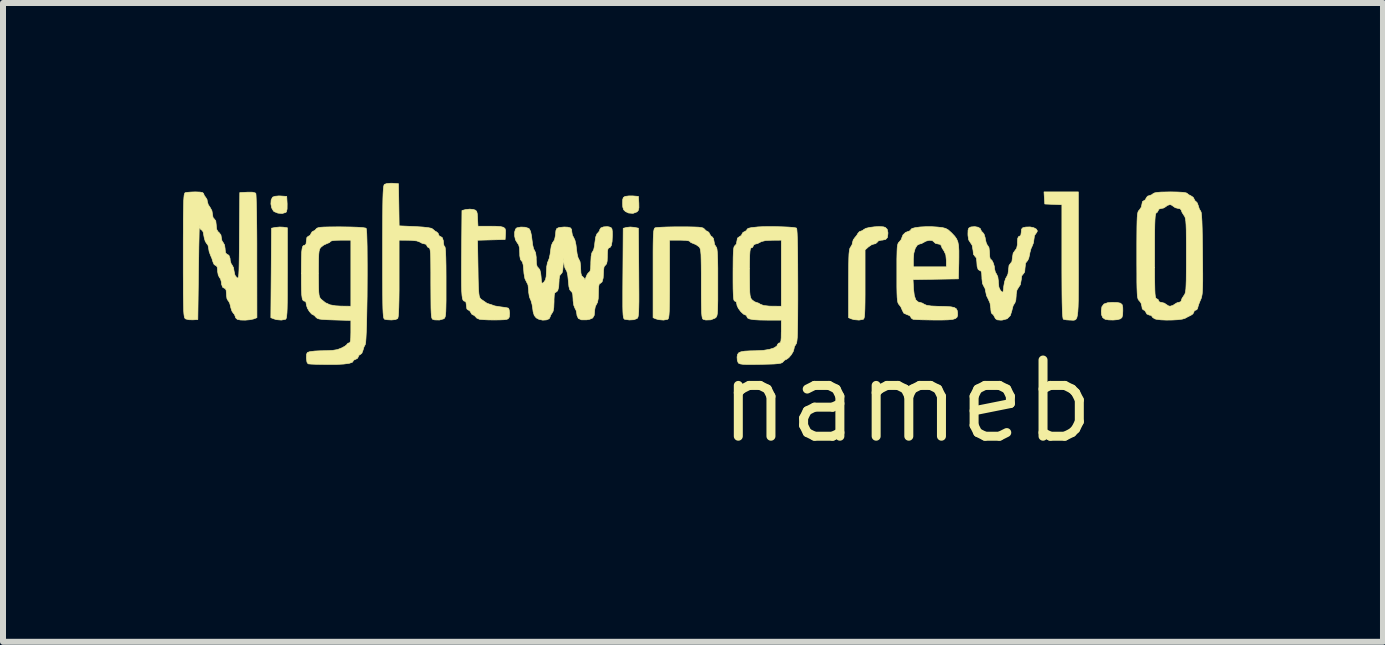
<source format=kicad_pcb>
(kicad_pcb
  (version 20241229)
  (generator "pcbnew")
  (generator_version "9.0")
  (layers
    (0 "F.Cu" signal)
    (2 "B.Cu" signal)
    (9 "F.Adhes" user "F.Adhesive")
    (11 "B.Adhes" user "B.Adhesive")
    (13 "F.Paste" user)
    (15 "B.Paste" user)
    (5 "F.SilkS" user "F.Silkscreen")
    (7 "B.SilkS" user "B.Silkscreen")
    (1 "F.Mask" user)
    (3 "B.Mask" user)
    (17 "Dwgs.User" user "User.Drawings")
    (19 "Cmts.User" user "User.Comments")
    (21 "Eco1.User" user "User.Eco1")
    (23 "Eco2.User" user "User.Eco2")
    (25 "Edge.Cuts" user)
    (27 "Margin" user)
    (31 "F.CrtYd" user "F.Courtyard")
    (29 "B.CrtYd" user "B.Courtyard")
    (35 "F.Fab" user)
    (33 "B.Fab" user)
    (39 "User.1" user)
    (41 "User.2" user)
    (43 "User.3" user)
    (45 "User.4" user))
  (footprint "nameb"
    (layer "F.Cu")
    (at 12.07 3.642)
    (property "Reference" "nameb" (at 0 0 0) (layer "F.SilkS") (effects (font (size 1.27 1.27) (thickness 0.15))))
    (attr through_hole)
    (fp_poly (pts (xy -10.442 -3.425) (xy -10.34 -3.418) (xy -10.333 -3.293) (xy -10.334 -3.208) (xy -10.345 -3.161) (xy -10.355 -3.151) (xy -10.415 -3.133) (xy -10.487 -3.139) (xy -10.549 -3.164) (xy -10.562 -3.175) (xy -10.591 -3.226) (xy -10.604 -3.292) (xy -10.6 -3.357) (xy -10.577 -3.404) (xy -10.574 -3.406) (xy -10.536 -3.42) (xy -10.473 -3.426) (xy -10.442 -3.425)) (stroke (width 0.01) (type solid)) (fill yes) (layer "F.SilkS"))
    (fp_poly (pts (xy -4.569 -3.426) (xy -4.559 -3.425) (xy -4.477 -3.418) (xy -4.47 -3.303) (xy -4.469 -3.229) (xy -4.479 -3.185) (xy -4.501 -3.16) (xy -4.567 -3.135) (xy -4.642 -3.141) (xy -4.694 -3.166) (xy -4.724 -3.196) (xy -4.738 -3.241) (xy -4.741 -3.303) (xy -4.739 -3.367) (xy -4.728 -3.4) (xy -4.703 -3.416) (xy -4.692 -3.419) (xy -4.637 -3.426) (xy -4.569 -3.426)) (stroke (width 0.01) (type solid)) (fill yes) (layer "F.SilkS"))
    (fp_poly (pts (xy -10.396 -2.905) (xy -10.329 -2.895) (xy -10.329 -2.138) (xy -10.33 -1.937) (xy -10.33 -1.774) (xy -10.331 -1.646) (xy -10.333 -1.548) (xy -10.336 -1.476) (xy -10.341 -1.426) (xy -10.346 -1.394) (xy -10.353 -1.376) (xy -10.362 -1.368) (xy -10.363 -1.368) (xy -10.431 -1.356) (xy -10.511 -1.363) (xy -10.557 -1.377) (xy -10.605 -1.396) (xy -10.599 -2.142) (xy -10.594 -2.888) (xy -10.528 -2.901) (xy -10.456 -2.908) (xy -10.396 -2.905)) (stroke (width 0.01) (type solid)) (fill yes) (layer "F.SilkS"))
    (fp_poly (pts (xy 3.506 -1.649) (xy 3.559 -1.638) (xy 3.587 -1.613) (xy 3.597 -1.566) (xy 3.598 -1.512) (xy 3.595 -1.441) (xy 3.583 -1.399) (xy 3.557 -1.377) (xy 3.557 -1.377) (xy 3.508 -1.363) (xy 3.436 -1.357) (xy 3.362 -1.359) (xy 3.305 -1.369) (xy 3.302 -1.37) (xy 3.263 -1.397) (xy 3.243 -1.445) (xy 3.239 -1.507) (xy 3.249 -1.579) (xy 3.283 -1.624) (xy 3.347 -1.646) (xy 3.418 -1.651) (xy 3.506 -1.649)) (stroke (width 0.01) (type solid)) (fill yes) (layer "F.SilkS"))
    (fp_poly (pts (xy -4.547 -2.902) (xy -4.477 -2.888) (xy -4.471 -2.148) (xy -4.47 -1.95) (xy -4.469 -1.79) (xy -4.469 -1.665) (xy -4.471 -1.569) (xy -4.473 -1.498) (xy -4.477 -1.448) (xy -4.482 -1.415) (xy -4.489 -1.395) (xy -4.498 -1.384) (xy -4.502 -1.381) (xy -4.555 -1.362) (xy -4.629 -1.358) (xy -4.705 -1.369) (xy -4.714 -1.374) (xy -4.722 -1.386) (xy -4.728 -1.408) (xy -4.733 -1.446) (xy -4.736 -1.502) (xy -4.738 -1.582) (xy -4.738 -1.689) (xy -4.738 -1.827) (xy -4.737 -2.002) (xy -4.736 -2.133) (xy -4.731 -2.886) (xy -4.674 -2.901) (xy -4.613 -2.908) (xy -4.547 -2.902)) (stroke (width 0.01) (type solid)) (fill yes) (layer "F.SilkS"))
    (fp_poly (pts (xy 2.857 -2.436) (xy 2.858 -2.194) (xy 2.858 -1.99) (xy 2.857 -1.823) (xy 2.856 -1.687) (xy 2.853 -1.58) (xy 2.848 -1.498) (xy 2.841 -1.439) (xy 2.832 -1.398) (xy 2.819 -1.373) (xy 2.802 -1.359) (xy 2.781 -1.354) (xy 2.756 -1.354) (xy 2.726 -1.356) (xy 2.713 -1.356) (xy 2.654 -1.36) (xy 2.612 -1.368) (xy 2.609 -1.369) (xy 2.602 -1.38) (xy 2.597 -1.411) (xy 2.592 -1.464) (xy 2.589 -1.543) (xy 2.586 -1.65) (xy 2.584 -1.788) (xy 2.583 -1.961) (xy 2.582 -2.171) (xy 2.582 -2.329) (xy 2.582 -3.279) (xy 2.439 -3.285) (xy 2.297 -3.291) (xy 2.29 -3.392) (xy 2.284 -3.493) (xy 2.857 -3.493) (xy 2.857 -2.436)) (stroke (width 0.01) (type solid)) (fill yes) (layer "F.SilkS"))
    (fp_poly (pts (xy -0.395 -2.911) (xy -0.362 -2.901) (xy -0.33 -2.87) (xy -0.318 -2.817) (xy -0.318 -2.796) (xy -0.326 -2.733) (xy -0.356 -2.7) (xy -0.416 -2.688) (xy -0.433 -2.688) (xy -0.477 -2.676) (xy -0.494 -2.656) (xy -0.523 -2.63) (xy -0.549 -2.625) (xy -0.592 -2.611) (xy -0.641 -2.577) (xy -0.644 -2.575) (xy -0.699 -2.525) (xy -0.699 -1.952) (xy -0.699 -1.78) (xy -0.7 -1.645) (xy -0.702 -1.544) (xy -0.705 -1.47) (xy -0.709 -1.42) (xy -0.715 -1.39) (xy -0.724 -1.373) (xy -0.732 -1.368) (xy -0.8 -1.356) (xy -0.88 -1.363) (xy -0.926 -1.376) (xy -0.974 -1.396) (xy -0.974 -1.966) (xy -0.973 -2.141) (xy -0.972 -2.278) (xy -0.97 -2.383) (xy -0.967 -2.459) (xy -0.961 -2.511) (xy -0.955 -2.545) (xy -0.946 -2.564) (xy -0.942 -2.569) (xy -0.915 -2.615) (xy -0.91 -2.644) (xy -0.896 -2.693) (xy -0.872 -2.727) (xy -0.836 -2.771) (xy -0.819 -2.801) (xy -0.793 -2.831) (xy -0.776 -2.836) (xy -0.738 -2.851) (xy -0.721 -2.866) (xy -0.685 -2.886) (xy -0.621 -2.901) (xy -0.541 -2.911) (xy -0.462 -2.915) (xy -0.395 -2.911)) (stroke (width 0.01) (type solid)) (fill yes) (layer "F.SilkS"))
    (fp_poly (pts (xy -7.229 -3.2) (xy -7.194 -3.188) (xy -7.174 -3.169) (xy -7.164 -3.131) (xy -7.159 -3.064) (xy -7.159 -3.052) (xy -7.152 -2.921) (xy -6.968 -2.921) (xy -6.854 -2.92) (xy -6.776 -2.915) (xy -6.727 -2.903) (xy -6.701 -2.882) (xy -6.692 -2.849) (xy -6.693 -2.8) (xy -6.693 -2.797) (xy -6.699 -2.699) (xy -6.929 -2.693) (xy -7.159 -2.687) (xy -7.151 -2.216) (xy -7.149 -2.063) (xy -7.146 -1.946) (xy -7.142 -1.86) (xy -7.137 -1.8) (xy -7.131 -1.759) (xy -7.122 -1.732) (xy -7.11 -1.714) (xy -7.1 -1.704) (xy -7.001 -1.636) (xy -6.871 -1.592) (xy -6.786 -1.578) (xy -6.716 -1.569) (xy -6.664 -1.56) (xy -6.643 -1.554) (xy -6.632 -1.527) (xy -6.625 -1.476) (xy -6.625 -1.462) (xy -6.63 -1.406) (xy -6.649 -1.378) (xy -6.673 -1.368) (xy -6.717 -1.362) (xy -6.791 -1.359) (xy -6.881 -1.358) (xy -6.974 -1.359) (xy -7.058 -1.363) (xy -7.119 -1.368) (xy -7.129 -1.37) (xy -7.172 -1.389) (xy -7.19 -1.409) (xy -7.216 -1.436) (xy -7.229 -1.439) (xy -7.258 -1.457) (xy -7.271 -1.482) (xy -7.294 -1.516) (xy -7.315 -1.524) (xy -7.337 -1.542) (xy -7.345 -1.598) (xy -7.352 -1.654) (xy -7.375 -1.672) (xy -7.376 -1.672) (xy -7.39 -1.676) (xy -7.402 -1.691) (xy -7.411 -1.719) (xy -7.418 -1.766) (xy -7.423 -1.835) (xy -7.426 -1.929) (xy -7.427 -2.053) (xy -7.427 -2.209) (xy -7.426 -2.403) (xy -7.425 -2.496) (xy -7.419 -3.183) (xy -7.356 -3.199) (xy -7.288 -3.206) (xy -7.229 -3.2)) (stroke (width 0.01) (type solid)) (fill yes) (layer "F.SilkS"))
    (fp_poly (pts (xy -3.645 -2.91) (xy -3.544 -2.908) (xy -3.474 -2.905) (xy -3.427 -2.899) (xy -3.399 -2.891) (xy -3.382 -2.879) (xy -3.377 -2.873) (xy -3.346 -2.843) (xy -3.328 -2.836) (xy -3.303 -2.819) (xy -3.292 -2.796) (xy -3.267 -2.756) (xy -3.248 -2.744) (xy -3.226 -2.716) (xy -3.217 -2.67) (xy -3.207 -2.616) (xy -3.186 -2.582) (xy -3.176 -2.569) (xy -3.168 -2.543) (xy -3.163 -2.499) (xy -3.159 -2.434) (xy -3.156 -2.343) (xy -3.154 -2.22) (xy -3.154 -2.062) (xy -3.154 -1.988) (xy -3.154 -1.819) (xy -3.154 -1.686) (xy -3.156 -1.587) (xy -3.158 -1.514) (xy -3.162 -1.464) (xy -3.168 -1.431) (xy -3.177 -1.41) (xy -3.188 -1.397) (xy -3.201 -1.388) (xy -3.271 -1.36) (xy -3.354 -1.357) (xy -3.396 -1.368) (xy -3.406 -1.376) (xy -3.413 -1.394) (xy -3.419 -1.428) (xy -3.424 -1.481) (xy -3.426 -1.559) (xy -3.428 -1.666) (xy -3.429 -1.807) (xy -3.429 -1.96) (xy -3.429 -2.133) (xy -3.43 -2.268) (xy -3.432 -2.371) (xy -3.434 -2.447) (xy -3.439 -2.5) (xy -3.445 -2.536) (xy -3.453 -2.559) (xy -3.464 -2.575) (xy -3.468 -2.579) (xy -3.52 -2.615) (xy -3.564 -2.633) (xy -3.605 -2.65) (xy -3.619 -2.667) (xy -3.639 -2.677) (xy -3.692 -2.685) (xy -3.77 -2.688) (xy -3.789 -2.688) (xy -3.958 -2.688) (xy -3.958 -2.034) (xy -3.958 -1.849) (xy -3.959 -1.701) (xy -3.961 -1.587) (xy -3.963 -1.503) (xy -3.967 -1.443) (xy -3.972 -1.404) (xy -3.979 -1.381) (xy -3.988 -1.37) (xy -3.992 -1.368) (xy -4.059 -1.356) (xy -4.139 -1.363) (xy -4.186 -1.376) (xy -4.233 -1.396) (xy -4.233 -2.138) (xy -4.233 -2.335) (xy -4.233 -2.495) (xy -4.232 -2.62) (xy -4.23 -2.716) (xy -4.227 -2.786) (xy -4.223 -2.834) (xy -4.217 -2.865) (xy -4.21 -2.884) (xy -4.201 -2.893) (xy -4.196 -2.895) (xy -4.164 -2.9) (xy -4.097 -2.904) (xy -4.002 -2.908) (xy -3.889 -2.91) (xy -3.782 -2.91) (xy -3.645 -2.91)) (stroke (width 0.01) (type solid)) (fill yes) (layer "F.SilkS"))
    (fp_poly (pts (xy -8.579 -3.637) (xy -8.477 -3.63) (xy -8.471 -3.279) (xy -8.466 -2.927) (xy -8.197 -2.915) (xy -8.069 -2.907) (xy -7.981 -2.897) (xy -7.927 -2.886) (xy -7.906 -2.873) (xy -7.868 -2.84) (xy -7.848 -2.83) (xy -7.816 -2.803) (xy -7.811 -2.784) (xy -7.795 -2.756) (xy -7.781 -2.752) (xy -7.748 -2.732) (xy -7.729 -2.678) (xy -7.726 -2.634) (xy -7.718 -2.595) (xy -7.705 -2.582) (xy -7.698 -2.561) (xy -7.692 -2.5) (xy -7.688 -2.399) (xy -7.685 -2.26) (xy -7.684 -2.086) (xy -7.684 -1.99) (xy -7.684 -1.816) (xy -7.684 -1.68) (xy -7.686 -1.576) (xy -7.688 -1.501) (xy -7.692 -1.448) (xy -7.698 -1.414) (xy -7.706 -1.394) (xy -7.716 -1.382) (xy -7.724 -1.377) (xy -7.794 -1.357) (xy -7.873 -1.359) (xy -7.904 -1.368) (xy -7.914 -1.375) (xy -7.922 -1.394) (xy -7.928 -1.427) (xy -7.932 -1.48) (xy -7.935 -1.558) (xy -7.936 -1.664) (xy -7.937 -1.803) (xy -7.938 -1.971) (xy -7.938 -2.146) (xy -7.939 -2.284) (xy -7.94 -2.388) (xy -7.943 -2.463) (xy -7.948 -2.514) (xy -7.954 -2.544) (xy -7.961 -2.558) (xy -7.969 -2.561) (xy -7.997 -2.578) (xy -8.001 -2.593) (xy -8.018 -2.619) (xy -8.039 -2.625) (xy -8.086 -2.637) (xy -8.119 -2.656) (xy -8.173 -2.676) (xy -8.267 -2.686) (xy -8.313 -2.687) (xy -8.467 -2.688) (xy -8.467 -2.047) (xy -8.467 -1.848) (xy -8.469 -1.689) (xy -8.472 -1.567) (xy -8.476 -1.477) (xy -8.481 -1.418) (xy -8.488 -1.386) (xy -8.492 -1.38) (xy -8.531 -1.364) (xy -8.594 -1.358) (xy -8.666 -1.362) (xy -8.705 -1.369) (xy -8.713 -1.374) (xy -8.72 -1.384) (xy -8.726 -1.404) (xy -8.73 -1.436) (xy -8.734 -1.485) (xy -8.737 -1.554) (xy -8.739 -1.646) (xy -8.74 -1.764) (xy -8.741 -1.912) (xy -8.742 -2.093) (xy -8.742 -2.311) (xy -8.742 -2.486) (xy -8.742 -2.736) (xy -8.741 -2.947) (xy -8.74 -3.122) (xy -8.739 -3.265) (xy -8.737 -3.378) (xy -8.734 -3.465) (xy -8.73 -3.529) (xy -8.726 -3.573) (xy -8.72 -3.601) (xy -8.714 -3.616) (xy -8.712 -3.618) (xy -8.673 -3.632) (xy -8.61 -3.637) (xy -8.579 -3.637)) (stroke (width 0.01) (type solid)) (fill yes) (layer "F.SilkS"))
    (fp_poly (pts (xy 0.416 -2.913) (xy 0.51 -2.907) (xy 0.591 -2.898) (xy 0.645 -2.884) (xy 0.689 -2.859) (xy 0.738 -2.815) (xy 0.752 -2.801) (xy 0.796 -2.754) (xy 0.827 -2.71) (xy 0.848 -2.66) (xy 0.86 -2.598) (xy 0.865 -2.514) (xy 0.865 -2.4) (xy 0.864 -2.307) (xy 0.857 -2.043) (xy 0.479 -2.037) (xy 0.101 -2.031) (xy 0.109 -1.876) (xy 0.122 -1.766) (xy 0.147 -1.693) (xy 0.187 -1.657) (xy 0.217 -1.651) (xy 0.256 -1.639) (xy 0.287 -1.62) (xy 0.329 -1.602) (xy 0.404 -1.591) (xy 0.515 -1.586) (xy 0.529 -1.586) (xy 0.649 -1.583) (xy 0.734 -1.577) (xy 0.789 -1.565) (xy 0.821 -1.546) (xy 0.837 -1.516) (xy 0.843 -1.482) (xy 0.844 -1.437) (xy 0.834 -1.404) (xy 0.808 -1.382) (xy 0.76 -1.367) (xy 0.684 -1.36) (xy 0.577 -1.357) (xy 0.456 -1.357) (xy 0.342 -1.359) (xy 0.24 -1.361) (xy 0.161 -1.364) (xy 0.111 -1.368) (xy 0.101 -1.369) (xy 0.069 -1.391) (xy 0.064 -1.406) (xy 0.045 -1.43) (xy 0.001 -1.447) (xy 0.001 -1.447) (xy -0.053 -1.471) (xy -0.077 -1.516) (xy -0.102 -1.575) (xy -0.13 -1.612) (xy -0.143 -1.627) (xy -0.152 -1.649) (xy -0.159 -1.683) (xy -0.164 -1.734) (xy -0.167 -1.808) (xy -0.169 -1.911) (xy -0.169 -2.047) (xy -0.169 -2.138) (xy -0.169 -2.294) (xy -0.169 -2.373) (xy 0.106 -2.373) (xy 0.106 -2.244) (xy 0.656 -2.244) (xy 0.656 -2.351) (xy 0.647 -2.444) (xy 0.617 -2.509) (xy 0.614 -2.513) (xy 0.584 -2.559) (xy 0.572 -2.595) (xy 0.572 -2.596) (xy 0.553 -2.618) (xy 0.518 -2.625) (xy 0.473 -2.636) (xy 0.452 -2.656) (xy 0.423 -2.681) (xy 0.372 -2.686) (xy 0.316 -2.672) (xy 0.287 -2.656) (xy 0.241 -2.631) (xy 0.212 -2.625) (xy 0.171 -2.605) (xy 0.137 -2.551) (xy 0.114 -2.471) (xy 0.106 -2.373) (xy -0.169 -2.373) (xy -0.168 -2.414) (xy -0.166 -2.502) (xy -0.163 -2.564) (xy -0.157 -2.606) (xy -0.149 -2.633) (xy -0.139 -2.65) (xy -0.127 -2.661) (xy -0.095 -2.701) (xy -0.085 -2.732) (xy -0.067 -2.776) (xy -0.026 -2.816) (xy 0.023 -2.836) (xy 0.028 -2.836) (xy 0.058 -2.85) (xy 0.064 -2.865) (xy 0.083 -2.883) (xy 0.137 -2.897) (xy 0.216 -2.908) (xy 0.312 -2.913) (xy 0.416 -2.913)) (stroke (width 0.01) (type solid)) (fill yes) (layer "F.SilkS"))
    (fp_poly (pts (xy 1.185 -2.904) (xy 1.221 -2.883) (xy 1.228 -2.867) (xy 1.244 -2.833) (xy 1.261 -2.82) (xy 1.285 -2.788) (xy 1.303 -2.73) (xy 1.306 -2.708) (xy 1.32 -2.647) (xy 1.339 -2.605) (xy 1.347 -2.597) (xy 1.367 -2.564) (xy 1.375 -2.496) (xy 1.376 -2.475) (xy 1.379 -2.415) (xy 1.387 -2.378) (xy 1.394 -2.371) (xy 1.416 -2.352) (xy 1.439 -2.307) (xy 1.456 -2.251) (xy 1.46 -2.209) (xy 1.473 -2.155) (xy 1.492 -2.124) (xy 1.514 -2.078) (xy 1.524 -2.003) (xy 1.524 -1.988) (xy 1.532 -1.905) (xy 1.557 -1.852) (xy 1.564 -1.844) (xy 1.587 -1.823) (xy 1.6 -1.825) (xy 1.607 -1.855) (xy 1.613 -1.918) (xy 1.626 -1.993) (xy 1.646 -2.053) (xy 1.658 -2.07) (xy 1.683 -2.123) (xy 1.693 -2.197) (xy 1.693 -2.198) (xy 1.701 -2.268) (xy 1.725 -2.3) (xy 1.749 -2.331) (xy 1.757 -2.394) (xy 1.77 -2.472) (xy 1.799 -2.513) (xy 1.828 -2.553) (xy 1.841 -2.616) (xy 1.841 -2.651) (xy 1.845 -2.715) (xy 1.858 -2.746) (xy 1.873 -2.752) (xy 1.897 -2.768) (xy 1.905 -2.821) (xy 1.905 -2.823) (xy 1.909 -2.871) (xy 1.93 -2.895) (xy 1.981 -2.907) (xy 2.052 -2.909) (xy 2.113 -2.896) (xy 2.156 -2.873) (xy 2.174 -2.842) (xy 2.159 -2.81) (xy 2.152 -2.804) (xy 2.125 -2.763) (xy 2.117 -2.706) (xy 2.108 -2.643) (xy 2.088 -2.593) (xy 2.088 -2.592) (xy 2.067 -2.546) (xy 2.049 -2.479) (xy 2.044 -2.449) (xy 2.029 -2.385) (xy 2.009 -2.344) (xy 1.999 -2.335) (xy 1.977 -2.305) (xy 1.969 -2.235) (xy 1.968 -2.23) (xy 1.962 -2.159) (xy 1.94 -2.126) (xy 1.937 -2.124) (xy 1.913 -2.093) (xy 1.905 -2.03) (xy 1.89 -1.946) (xy 1.863 -1.905) (xy 1.833 -1.857) (xy 1.821 -1.786) (xy 1.82 -1.759) (xy 1.814 -1.687) (xy 1.798 -1.64) (xy 1.791 -1.632) (xy 1.77 -1.597) (xy 1.754 -1.539) (xy 1.75 -1.519) (xy 1.723 -1.432) (xy 1.67 -1.378) (xy 1.588 -1.356) (xy 1.563 -1.355) (xy 1.506 -1.36) (xy 1.475 -1.379) (xy 1.46 -1.408) (xy 1.438 -1.447) (xy 1.419 -1.46) (xy 1.405 -1.479) (xy 1.398 -1.527) (xy 1.397 -1.55) (xy 1.384 -1.639) (xy 1.355 -1.704) (xy 1.325 -1.765) (xy 1.313 -1.825) (xy 1.312 -1.827) (xy 1.301 -1.883) (xy 1.281 -1.919) (xy 1.258 -1.966) (xy 1.249 -2.048) (xy 1.249 -2.065) (xy 1.245 -2.137) (xy 1.234 -2.173) (xy 1.219 -2.18) (xy 1.187 -2.198) (xy 1.169 -2.251) (xy 1.164 -2.328) (xy 1.156 -2.392) (xy 1.132 -2.421) (xy 1.108 -2.452) (xy 1.101 -2.518) (xy 1.086 -2.604) (xy 1.058 -2.646) (xy 1.028 -2.693) (xy 1.017 -2.764) (xy 1.016 -2.792) (xy 1.018 -2.855) (xy 1.029 -2.888) (xy 1.054 -2.904) (xy 1.069 -2.909) (xy 1.13 -2.914) (xy 1.185 -2.904)) (stroke (width 0.01) (type solid)) (fill yes) (layer "F.SilkS"))
    (fp_poly (pts (xy -2.192 -2.914) (xy -2.082 -2.911) (xy -1.983 -2.907) (xy -1.903 -2.901) (xy -1.853 -2.893) (xy -1.841 -2.889) (xy -1.836 -2.865) (xy -1.831 -2.8) (xy -1.827 -2.695) (xy -1.824 -2.554) (xy -1.822 -2.377) (xy -1.821 -2.165) (xy -1.82 -1.928) (xy -1.82 -1.699) (xy -1.821 -1.509) (xy -1.822 -1.354) (xy -1.824 -1.231) (xy -1.826 -1.135) (xy -1.829 -1.064) (xy -1.834 -1.014) (xy -1.839 -0.981) (xy -1.846 -0.961) (xy -1.852 -0.953) (xy -1.877 -0.912) (xy -1.884 -0.874) (xy -1.897 -0.831) (xy -1.929 -0.778) (xy -1.969 -0.731) (xy -2.007 -0.702) (xy -2.019 -0.699) (xy -2.045 -0.683) (xy -2.065 -0.661) (xy -2.08 -0.647) (xy -2.106 -0.637) (xy -2.148 -0.63) (xy -2.215 -0.624) (xy -2.31 -0.621) (xy -2.439 -0.618) (xy -2.572 -0.616) (xy -2.669 -0.616) (xy -2.736 -0.619) (xy -2.778 -0.625) (xy -2.803 -0.635) (xy -2.813 -0.643) (xy -2.829 -0.685) (xy -2.833 -0.743) (xy -2.832 -0.744) (xy -2.825 -0.783) (xy -2.806 -0.81) (xy -2.769 -0.827) (xy -2.708 -0.838) (xy -2.616 -0.843) (xy -2.52 -0.845) (xy -2.397 -0.851) (xy -2.293 -0.868) (xy -2.215 -0.893) (xy -2.169 -0.924) (xy -2.16 -0.947) (xy -2.142 -0.971) (xy -2.127 -0.974) (xy -2.112 -0.981) (xy -2.102 -1.008) (xy -2.097 -1.062) (xy -2.096 -1.15) (xy -2.095 -1.164) (xy -2.095 -1.355) (xy -2.315 -1.355) (xy -2.455 -1.357) (xy -2.557 -1.363) (xy -2.624 -1.375) (xy -2.659 -1.392) (xy -2.667 -1.41) (xy -2.68 -1.437) (xy -2.69 -1.439) (xy -2.727 -1.456) (xy -2.771 -1.498) (xy -2.811 -1.551) (xy -2.834 -1.601) (xy -2.836 -1.618) (xy -2.847 -1.661) (xy -2.868 -1.672) (xy -2.879 -1.677) (xy -2.887 -1.696) (xy -2.892 -1.732) (xy -2.896 -1.793) (xy -2.899 -1.881) (xy -2.9 -2.003) (xy -2.9 -2.128) (xy -2.9 -2.148) (xy -2.625 -2.148) (xy -2.624 -2.006) (xy -2.623 -1.899) (xy -2.621 -1.822) (xy -2.616 -1.77) (xy -2.608 -1.735) (xy -2.598 -1.712) (xy -2.584 -1.695) (xy -2.582 -1.693) (xy -2.542 -1.662) (xy -2.512 -1.651) (xy -2.475 -1.639) (xy -2.444 -1.62) (xy -2.389 -1.599) (xy -2.296 -1.589) (xy -2.249 -1.588) (xy -2.095 -1.587) (xy -2.095 -2.688) (xy -2.249 -2.687) (xy -2.357 -2.682) (xy -2.427 -2.665) (xy -2.444 -2.656) (xy -2.492 -2.631) (xy -2.523 -2.625) (xy -2.555 -2.61) (xy -2.561 -2.593) (xy -2.578 -2.565) (xy -2.593 -2.561) (xy -2.604 -2.556) (xy -2.612 -2.537) (xy -2.618 -2.499) (xy -2.622 -2.436) (xy -2.624 -2.344) (xy -2.625 -2.217) (xy -2.625 -2.148) (xy -2.9 -2.148) (xy -2.899 -2.281) (xy -2.898 -2.397) (xy -2.895 -2.481) (xy -2.891 -2.538) (xy -2.884 -2.573) (xy -2.876 -2.591) (xy -2.868 -2.596) (xy -2.844 -2.625) (xy -2.836 -2.671) (xy -2.826 -2.723) (xy -2.794 -2.746) (xy -2.76 -2.768) (xy -2.752 -2.788) (xy -2.734 -2.818) (xy -2.709 -2.83) (xy -2.675 -2.85) (xy -2.667 -2.868) (xy -2.649 -2.885) (xy -2.592 -2.898) (xy -2.495 -2.908) (xy -2.492 -2.909) (xy -2.406 -2.913) (xy -2.303 -2.915) (xy -2.192 -2.914)) (stroke (width 0.01) (type solid)) (fill yes) (layer "F.SilkS"))
    (fp_poly (pts (xy -9.432 -2.91) (xy -9.28 -2.908) (xy -9.16 -2.904) (xy -9.074 -2.898) (xy -9.025 -2.89) (xy -9.016 -2.886) (xy -9.011 -2.86) (xy -9.006 -2.797) (xy -9.003 -2.701) (xy -9 -2.58) (xy -8.999 -2.436) (xy -8.998 -2.277) (xy -8.998 -2.107) (xy -8.999 -1.931) (xy -9 -1.755) (xy -9.003 -1.584) (xy -9.006 -1.423) (xy -9.009 -1.277) (xy -9.014 -1.151) (xy -9.019 -1.052) (xy -9.024 -0.984) (xy -9.03 -0.952) (xy -9.03 -0.95) (xy -9.052 -0.909) (xy -9.069 -0.852) (xy -9.069 -0.852) (xy -9.087 -0.805) (xy -9.112 -0.783) (xy -9.114 -0.783) (xy -9.14 -0.766) (xy -9.144 -0.749) (xy -9.162 -0.717) (xy -9.186 -0.705) (xy -9.221 -0.689) (xy -9.229 -0.678) (xy -9.246 -0.653) (xy -9.299 -0.635) (xy -9.389 -0.623) (xy -9.518 -0.616) (xy -9.648 -0.616) (xy -9.76 -0.617) (xy -9.858 -0.619) (xy -9.933 -0.622) (xy -9.978 -0.626) (xy -9.985 -0.628) (xy -10.003 -0.655) (xy -10.011 -0.711) (xy -10.012 -0.729) (xy -10.01 -0.786) (xy -9.996 -0.815) (xy -9.961 -0.828) (xy -9.932 -0.833) (xy -9.872 -0.84) (xy -9.787 -0.844) (xy -9.694 -0.846) (xy -9.685 -0.846) (xy -9.577 -0.851) (xy -9.496 -0.864) (xy -9.427 -0.891) (xy -9.426 -0.891) (xy -9.372 -0.92) (xy -9.339 -0.946) (xy -9.335 -0.954) (xy -9.317 -0.972) (xy -9.303 -0.974) (xy -9.287 -0.981) (xy -9.278 -1.008) (xy -9.273 -1.063) (xy -9.271 -1.151) (xy -9.271 -1.162) (xy -9.271 -1.35) (xy -9.548 -1.358) (xy -9.664 -1.362) (xy -9.746 -1.367) (xy -9.799 -1.374) (xy -9.831 -1.385) (xy -9.85 -1.4) (xy -9.852 -1.402) (xy -9.879 -1.432) (xy -9.891 -1.439) (xy -9.925 -1.457) (xy -9.963 -1.5) (xy -9.995 -1.553) (xy -10.011 -1.603) (xy -10.012 -1.61) (xy -10.021 -1.658) (xy -10.041 -1.672) (xy -10.059 -1.676) (xy -10.073 -1.691) (xy -10.083 -1.722) (xy -10.09 -1.774) (xy -10.094 -1.852) (xy -10.096 -1.962) (xy -10.096 -2.108) (xy -10.097 -2.138) (xy -10.097 -2.138) (xy -9.811 -2.138) (xy -9.811 -2.138) (xy -9.81 -1.999) (xy -9.809 -1.897) (xy -9.806 -1.824) (xy -9.801 -1.775) (xy -9.793 -1.743) (xy -9.782 -1.721) (xy -9.767 -1.704) (xy -9.696 -1.646) (xy -9.62 -1.611) (xy -9.526 -1.594) (xy -9.435 -1.589) (xy -9.271 -1.587) (xy -9.271 -2.688) (xy -9.44 -2.688) (xy -9.522 -2.686) (xy -9.581 -2.679) (xy -9.609 -2.67) (xy -9.61 -2.667) (xy -9.628 -2.648) (xy -9.666 -2.633) (xy -9.723 -2.607) (xy -9.766 -2.574) (xy -9.782 -2.556) (xy -9.793 -2.534) (xy -9.801 -2.501) (xy -9.806 -2.452) (xy -9.809 -2.379) (xy -9.81 -2.276) (xy -9.811 -2.138) (xy -10.097 -2.138) (xy -10.096 -2.291) (xy -10.094 -2.406) (xy -10.091 -2.49) (xy -10.084 -2.546) (xy -10.075 -2.581) (xy -10.062 -2.598) (xy -10.045 -2.603) (xy -10.041 -2.603) (xy -10.019 -2.623) (xy -10.012 -2.678) (xy -10.004 -2.734) (xy -9.982 -2.752) (xy -9.951 -2.769) (xy -9.938 -2.794) (xy -9.917 -2.828) (xy -9.902 -2.836) (xy -9.872 -2.852) (xy -9.852 -2.873) (xy -9.838 -2.887) (xy -9.816 -2.896) (xy -9.779 -2.903) (xy -9.72 -2.907) (xy -9.635 -2.909) (xy -9.517 -2.91) (xy -9.432 -2.91)) (stroke (width 0.01) (type solid)) (fill yes) (layer "F.SilkS"))
    (fp_poly (pts (xy -11.784 -3.49) (xy -11.741 -3.481) (xy -11.726 -3.465) (xy -11.726 -3.463) (xy -11.711 -3.426) (xy -11.695 -3.408) (xy -11.669 -3.367) (xy -11.663 -3.331) (xy -11.648 -3.279) (xy -11.62 -3.239) (xy -11.587 -3.179) (xy -11.578 -3.124) (xy -11.569 -3.067) (xy -11.546 -3.04) (xy -11.523 -3.01) (xy -11.515 -2.941) (xy -11.515 -2.937) (xy -11.508 -2.87) (xy -11.486 -2.83) (xy -11.472 -2.82) (xy -11.437 -2.775) (xy -11.43 -2.733) (xy -11.42 -2.679) (xy -11.398 -2.646) (xy -11.376 -2.607) (xy -11.367 -2.545) (xy -11.367 -2.537) (xy -11.36 -2.478) (xy -11.34 -2.456) (xy -11.337 -2.455) (xy -11.304 -2.436) (xy -11.285 -2.385) (xy -11.282 -2.346) (xy -11.267 -2.297) (xy -11.25 -2.272) (xy -11.227 -2.229) (xy -11.218 -2.173) (xy -11.203 -2.104) (xy -11.176 -2.069) (xy -11.165 -2.06) (xy -11.156 -2.058) (xy -11.149 -2.065) (xy -11.143 -2.087) (xy -11.139 -2.127) (xy -11.136 -2.19) (xy -11.134 -2.278) (xy -11.132 -2.397) (xy -11.13 -2.55) (xy -11.129 -2.74) (xy -11.129 -2.757) (xy -11.123 -3.482) (xy -10.998 -3.488) (xy -10.913 -3.488) (xy -10.865 -3.476) (xy -10.855 -3.467) (xy -10.852 -3.441) (xy -10.849 -3.377) (xy -10.846 -3.279) (xy -10.843 -3.151) (xy -10.841 -2.998) (xy -10.839 -2.823) (xy -10.838 -2.632) (xy -10.838 -2.428) (xy -10.838 -2.418) (xy -10.837 -1.396) (xy -10.892 -1.375) (xy -10.953 -1.362) (xy -11.032 -1.355) (xy -11.11 -1.357) (xy -11.164 -1.368) (xy -11.193 -1.395) (xy -11.197 -1.413) (xy -11.213 -1.452) (xy -11.229 -1.469) (xy -11.253 -1.504) (xy -11.272 -1.561) (xy -11.275 -1.577) (xy -11.29 -1.635) (xy -11.311 -1.674) (xy -11.317 -1.679) (xy -11.336 -1.711) (xy -11.345 -1.773) (xy -11.345 -1.79) (xy -11.35 -1.854) (xy -11.366 -1.882) (xy -11.375 -1.884) (xy -11.408 -1.903) (xy -11.427 -1.954) (xy -11.43 -1.993) (xy -11.444 -2.043) (xy -11.462 -2.067) (xy -11.482 -2.108) (xy -11.493 -2.169) (xy -11.493 -2.182) (xy -11.499 -2.24) (xy -11.517 -2.264) (xy -11.525 -2.265) (xy -11.551 -2.283) (xy -11.569 -2.323) (xy -11.589 -2.387) (xy -11.611 -2.437) (xy -11.634 -2.5) (xy -11.642 -2.552) (xy -11.653 -2.604) (xy -11.676 -2.634) (xy -11.699 -2.67) (xy -11.716 -2.731) (xy -11.721 -2.758) (xy -11.734 -2.827) (xy -11.755 -2.856) (xy -11.761 -2.857) (xy -11.783 -2.877) (xy -11.795 -2.934) (xy -11.795 -2.937) (xy -11.796 -2.934) (xy -11.798 -2.893) (xy -11.8 -2.818) (xy -11.802 -2.712) (xy -11.805 -2.58) (xy -11.807 -2.425) (xy -11.81 -2.252) (xy -11.811 -2.191) (xy -11.822 -1.365) (xy -11.906 -1.36) (xy -11.97 -1.362) (xy -12.021 -1.374) (xy -12.028 -1.377) (xy -12.036 -1.384) (xy -12.044 -1.398) (xy -12.049 -1.421) (xy -12.054 -1.457) (xy -12.058 -1.51) (xy -12.06 -1.583) (xy -12.062 -1.68) (xy -12.064 -1.804) (xy -12.064 -1.959) (xy -12.065 -2.149) (xy -12.065 -2.377) (xy -12.065 -2.433) (xy -12.065 -2.671) (xy -12.064 -2.869) (xy -12.064 -3.033) (xy -12.062 -3.164) (xy -12.06 -3.267) (xy -12.058 -3.345) (xy -12.054 -3.402) (xy -12.05 -3.44) (xy -12.044 -3.463) (xy -12.037 -3.476) (xy -12.032 -3.48) (xy -11.994 -3.486) (xy -11.928 -3.491) (xy -11.862 -3.493) (xy -11.784 -3.49)) (stroke (width 0.01) (type solid)) (fill yes) (layer "F.SilkS"))
    (fp_poly (pts (xy 4.51 -3.491) (xy 4.599 -3.486) (xy 4.653 -3.477) (xy 4.668 -3.47) (xy 4.697 -3.446) (xy 4.733 -3.428) (xy 4.771 -3.403) (xy 4.784 -3.379) (xy 4.801 -3.345) (xy 4.813 -3.337) (xy 4.838 -3.311) (xy 4.857 -3.261) (xy 4.858 -3.256) (xy 4.875 -3.204) (xy 4.896 -3.172) (xy 4.897 -3.17) (xy 4.905 -3.149) (xy 4.911 -3.094) (xy 4.917 -3.004) (xy 4.921 -2.877) (xy 4.924 -2.711) (xy 4.927 -2.505) (xy 4.927 -2.467) (xy 4.929 -2.278) (xy 4.93 -2.125) (xy 4.93 -2.006) (xy 4.928 -1.913) (xy 4.925 -1.844) (xy 4.921 -1.792) (xy 4.914 -1.753) (xy 4.906 -1.722) (xy 4.895 -1.694) (xy 4.89 -1.685) (xy 4.865 -1.622) (xy 4.849 -1.572) (xy 4.847 -1.557) (xy 4.831 -1.528) (xy 4.815 -1.524) (xy 4.787 -1.507) (xy 4.784 -1.492) (xy 4.766 -1.459) (xy 4.736 -1.438) (xy 4.68 -1.41) (xy 4.636 -1.386) (xy 4.589 -1.372) (xy 4.513 -1.362) (xy 4.419 -1.357) (xy 4.321 -1.356) (xy 4.23 -1.36) (xy 4.159 -1.369) (xy 4.133 -1.376) (xy 4.096 -1.399) (xy 4.085 -1.417) (xy 4.067 -1.435) (xy 4.041 -1.439) (xy 3.999 -1.457) (xy 3.985 -1.482) (xy 3.964 -1.516) (xy 3.945 -1.524) (xy 3.922 -1.543) (xy 3.916 -1.583) (xy 3.901 -1.641) (xy 3.873 -1.678) (xy 3.862 -1.689) (xy 3.853 -1.704) (xy 3.846 -1.728) (xy 3.84 -1.764) (xy 3.837 -1.818) (xy 3.834 -1.893) (xy 3.832 -1.994) (xy 3.832 -2.125) (xy 3.831 -2.291) (xy 3.831 -2.424) (xy 4.128 -2.424) (xy 4.128 -2.23) (xy 4.128 -2.074) (xy 4.13 -1.952) (xy 4.132 -1.861) (xy 4.135 -1.795) (xy 4.14 -1.752) (xy 4.146 -1.727) (xy 4.154 -1.716) (xy 4.159 -1.714) (xy 4.187 -1.698) (xy 4.191 -1.683) (xy 4.209 -1.657) (xy 4.241 -1.651) (xy 4.292 -1.638) (xy 4.318 -1.619) (xy 4.361 -1.592) (xy 4.386 -1.587) (xy 4.435 -1.602) (xy 4.459 -1.619) (xy 4.504 -1.646) (xy 4.531 -1.651) (xy 4.565 -1.663) (xy 4.572 -1.68) (xy 4.584 -1.716) (xy 4.614 -1.762) (xy 4.614 -1.763) (xy 4.627 -1.78) (xy 4.636 -1.801) (xy 4.643 -1.831) (xy 4.649 -1.875) (xy 4.652 -1.936) (xy 4.655 -2.022) (xy 4.656 -2.135) (xy 4.657 -2.282) (xy 4.657 -2.434) (xy 4.657 -2.613) (xy 4.656 -2.754) (xy 4.655 -2.862) (xy 4.652 -2.944) (xy 4.648 -3.002) (xy 4.642 -3.043) (xy 4.635 -3.071) (xy 4.625 -3.091) (xy 4.614 -3.106) (xy 4.585 -3.152) (xy 4.572 -3.188) (xy 4.572 -3.188) (xy 4.554 -3.211) (xy 4.522 -3.217) (xy 4.471 -3.23) (xy 4.445 -3.249) (xy 4.405 -3.276) (xy 4.381 -3.281) (xy 4.337 -3.266) (xy 4.318 -3.249) (xy 4.277 -3.224) (xy 4.241 -3.217) (xy 4.202 -3.207) (xy 4.191 -3.188) (xy 4.174 -3.155) (xy 4.159 -3.146) (xy 4.151 -3.138) (xy 4.144 -3.118) (xy 4.138 -3.083) (xy 4.134 -3.028) (xy 4.131 -2.95) (xy 4.129 -2.843) (xy 4.128 -2.704) (xy 4.128 -2.529) (xy 4.128 -2.424) (xy 3.831 -2.424) (xy 3.831 -2.434) (xy 3.831 -2.628) (xy 3.832 -2.784) (xy 3.833 -2.906) (xy 3.835 -2.999) (xy 3.838 -3.068) (xy 3.842 -3.116) (xy 3.848 -3.148) (xy 3.855 -3.169) (xy 3.865 -3.183) (xy 3.873 -3.19) (xy 3.906 -3.239) (xy 3.916 -3.286) (xy 3.925 -3.331) (xy 3.945 -3.344) (xy 3.974 -3.362) (xy 3.985 -3.387) (xy 4.009 -3.421) (xy 4.032 -3.429) (xy 4.075 -3.443) (xy 4.099 -3.461) (xy 4.123 -3.475) (xy 4.165 -3.484) (xy 4.233 -3.49) (xy 4.333 -3.492) (xy 4.392 -3.493) (xy 4.51 -3.491)) (stroke (width 0.01) (type solid)) (fill yes) (layer "F.SilkS"))
    (fp_poly (pts (xy -4.964 -2.909) (xy -4.933 -2.897) (xy -4.918 -2.875) (xy -4.912 -2.831) (xy -4.911 -2.776) (xy -4.916 -2.667) (xy -4.929 -2.598) (xy -4.952 -2.565) (xy -4.966 -2.561) (xy -4.983 -2.549) (xy -4.992 -2.51) (xy -4.995 -2.436) (xy -4.995 -2.423) (xy -4.998 -2.341) (xy -5.008 -2.294) (xy -5.026 -2.273) (xy -5.027 -2.272) (xy -5.05 -2.245) (xy -5.059 -2.181) (xy -5.059 -2.162) (xy -5.065 -2.057) (xy -5.083 -1.993) (xy -5.111 -1.969) (xy -5.114 -1.968) (xy -5.13 -1.958) (xy -5.139 -1.921) (xy -5.143 -1.852) (xy -5.144 -1.811) (xy -5.147 -1.714) (xy -5.159 -1.652) (xy -5.175 -1.622) (xy -5.196 -1.581) (xy -5.207 -1.52) (xy -5.207 -1.51) (xy -5.214 -1.435) (xy -5.24 -1.391) (xy -5.293 -1.368) (xy -5.342 -1.36) (xy -5.427 -1.36) (xy -5.479 -1.384) (xy -5.502 -1.435) (xy -5.504 -1.458) (xy -5.516 -1.517) (xy -5.536 -1.555) (xy -5.555 -1.603) (xy -5.566 -1.677) (xy -5.567 -1.707) (xy -5.572 -1.783) (xy -5.587 -1.825) (xy -5.601 -1.837) (xy -5.622 -1.862) (xy -5.636 -1.915) (xy -5.645 -2.002) (xy -5.646 -2.013) (xy -5.655 -2.101) (xy -5.669 -2.164) (xy -5.684 -2.192) (xy -5.702 -2.225) (xy -5.716 -2.284) (xy -5.72 -2.319) (xy -5.725 -2.368) (xy -5.728 -2.381) (xy -5.73 -2.356) (xy -5.732 -2.291) (xy -5.732 -2.28) (xy -5.738 -2.195) (xy -5.749 -2.146) (xy -5.767 -2.125) (xy -5.768 -2.124) (xy -5.79 -2.096) (xy -5.8 -2.033) (xy -5.8 -2.014) (xy -5.806 -1.909) (xy -5.823 -1.845) (xy -5.852 -1.821) (xy -5.855 -1.82) (xy -5.871 -1.81) (xy -5.88 -1.773) (xy -5.884 -1.704) (xy -5.884 -1.663) (xy -5.888 -1.566) (xy -5.899 -1.504) (xy -5.916 -1.474) (xy -5.942 -1.434) (xy -5.948 -1.411) (xy -5.966 -1.378) (xy -6.011 -1.359) (xy -6.072 -1.355) (xy -6.134 -1.368) (xy -6.181 -1.393) (xy -6.214 -1.434) (xy -6.233 -1.497) (xy -6.239 -1.547) (xy -6.251 -1.62) (xy -6.268 -1.681) (xy -6.279 -1.703) (xy -6.296 -1.749) (xy -6.306 -1.816) (xy -6.308 -1.85) (xy -6.318 -1.943) (xy -6.344 -1.995) (xy -6.369 -2.045) (xy -6.385 -2.132) (xy -6.389 -2.183) (xy -6.398 -2.276) (xy -6.413 -2.329) (xy -6.427 -2.343) (xy -6.445 -2.368) (xy -6.455 -2.429) (xy -6.456 -2.479) (xy -6.46 -2.56) (xy -6.474 -2.612) (xy -6.498 -2.646) (xy -6.527 -2.694) (xy -6.541 -2.758) (xy -6.541 -2.822) (xy -6.526 -2.873) (xy -6.504 -2.894) (xy -6.437 -2.907) (xy -6.366 -2.904) (xy -6.309 -2.886) (xy -6.296 -2.876) (xy -6.275 -2.834) (xy -6.259 -2.759) (xy -6.251 -2.692) (xy -6.24 -2.609) (xy -6.225 -2.546) (xy -6.209 -2.516) (xy -6.191 -2.478) (xy -6.181 -2.404) (xy -6.181 -2.369) (xy -6.177 -2.292) (xy -6.165 -2.247) (xy -6.145 -2.226) (xy -6.121 -2.196) (xy -6.106 -2.134) (xy -6.1 -2.079) (xy -6.095 -2.01) (xy -6.088 -1.976) (xy -6.076 -1.971) (xy -6.056 -1.987) (xy -6.051 -1.992) (xy -6.027 -2.028) (xy -6.015 -2.083) (xy -6.011 -2.165) (xy -6.006 -2.249) (xy -5.993 -2.315) (xy -5.982 -2.339) (xy -5.965 -2.383) (xy -5.95 -2.452) (xy -5.943 -2.506) (xy -5.93 -2.594) (xy -5.908 -2.647) (xy -5.9 -2.656) (xy -5.875 -2.696) (xy -5.861 -2.767) (xy -5.859 -2.784) (xy -5.853 -2.847) (xy -5.84 -2.88) (xy -5.812 -2.895) (xy -5.787 -2.901) (xy -5.715 -2.908) (xy -5.654 -2.905) (xy -5.608 -2.892) (xy -5.59 -2.864) (xy -5.588 -2.83) (xy -5.578 -2.771) (xy -5.555 -2.729) (xy -5.535 -2.686) (xy -5.518 -2.611) (xy -5.51 -2.543) (xy -5.499 -2.46) (xy -5.484 -2.398) (xy -5.469 -2.368) (xy -5.45 -2.329) (xy -5.441 -2.255) (xy -5.44 -2.219) (xy -5.436 -2.141) (xy -5.425 -2.097) (xy -5.408 -2.082) (xy -5.379 -2.053) (xy -5.374 -2.035) (xy -5.368 -2.029) (xy -5.356 -2.058) (xy -5.352 -2.07) (xy -5.33 -2.121) (xy -5.304 -2.151) (xy -5.301 -2.152) (xy -5.284 -2.17) (xy -5.274 -2.215) (xy -5.271 -2.293) (xy -5.271 -2.317) (xy -5.266 -2.416) (xy -5.254 -2.476) (xy -5.241 -2.496) (xy -5.223 -2.53) (xy -5.209 -2.593) (xy -5.203 -2.649) (xy -5.19 -2.74) (xy -5.169 -2.793) (xy -5.158 -2.804) (xy -5.128 -2.84) (xy -5.122 -2.863) (xy -5.104 -2.892) (xy -5.057 -2.91) (xy -4.996 -2.914) (xy -4.964 -2.909)) (stroke (width 0.01) (type solid)) (fill yes) (layer "F.SilkS")))
  (gr_rect
    (start -3 -3)
    (end 20.005 7.649)
    (stroke (width 0.1) (type default))
    (fill no)
    (layer "Edge.Cuts")))
</source>
